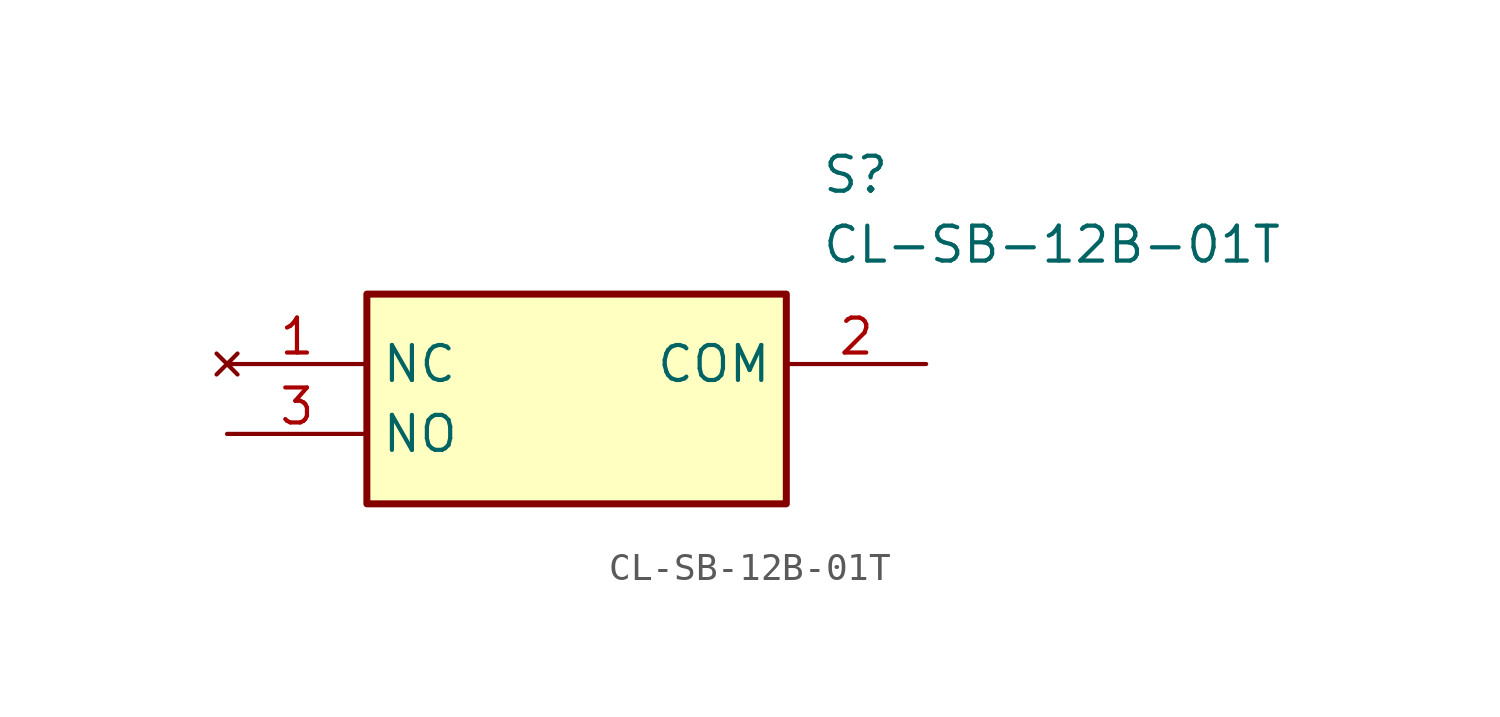
<source format=kicad_sym>
(kicad_symbol_lib
  (version 20211014)
  (generator SamacSys_ECAD_Model)
  (symbol "CL-SB-12B-01T"
    (property "Reference" "S"
      (at 21.59 7.62 0)
      (effects (font (size 1.27 1.27)) (justify left top)))
    (property "Value" "CL-SB-12B-01T"
      (at 21.59 5.08 0)
      (effects (font (size 1.27 1.27)) (justify left top)))
    (rectangle
      (start 5.08 2.54)
      (end 20.32 -5.08)
      (stroke (width 0.254) (type default))
      (fill (type background)))
    (pin no_connect line
      (at 0 0 0)
      (length 5.08)
      (name "NC" (effects (font (size 1.27 1.27))))
      (number "1" (effects (font (size 1.27 1.27)))))
    (pin passive line
      (at 25.4 0 180)
      (length 5.08)
      (name "COM" (effects (font (size 1.27 1.27))))
      (number "2" (effects (font (size 1.27 1.27)))))
    (pin passive line
      (at 0 -2.54 0)
      (length 5.08)
      (name "NO" (effects (font (size 1.27 1.27))))
      (number "3" (effects (font (size 1.27 1.27)))))))
</source>
